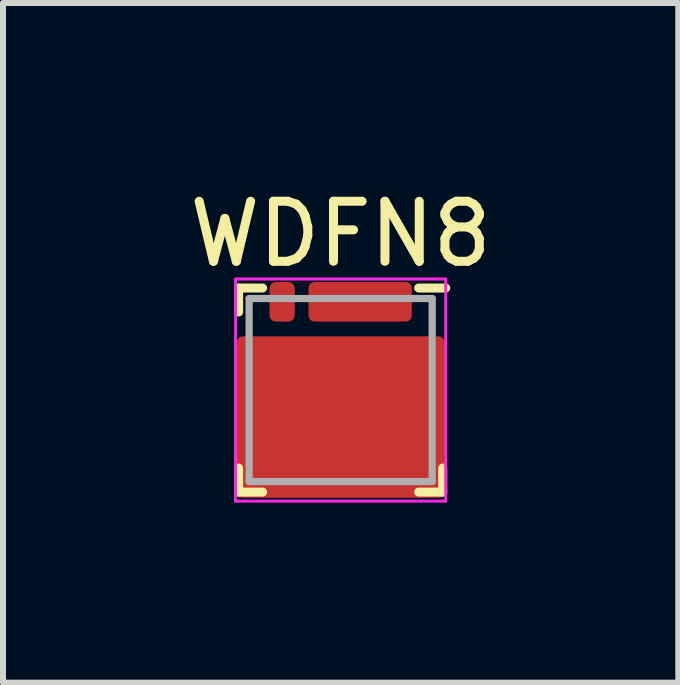
<source format=kicad_pcb>
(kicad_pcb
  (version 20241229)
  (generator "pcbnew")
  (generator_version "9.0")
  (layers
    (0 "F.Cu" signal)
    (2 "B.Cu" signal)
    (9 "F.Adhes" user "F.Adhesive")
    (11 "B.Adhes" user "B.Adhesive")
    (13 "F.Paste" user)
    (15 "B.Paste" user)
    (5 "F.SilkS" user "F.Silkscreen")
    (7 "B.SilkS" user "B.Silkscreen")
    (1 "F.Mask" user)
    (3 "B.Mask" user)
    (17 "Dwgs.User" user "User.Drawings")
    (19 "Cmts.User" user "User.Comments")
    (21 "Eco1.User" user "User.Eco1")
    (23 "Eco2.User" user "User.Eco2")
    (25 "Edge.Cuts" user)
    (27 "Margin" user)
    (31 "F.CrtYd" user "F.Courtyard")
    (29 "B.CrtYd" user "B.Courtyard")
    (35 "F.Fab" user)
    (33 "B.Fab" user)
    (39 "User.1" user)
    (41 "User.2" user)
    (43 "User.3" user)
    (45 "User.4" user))
  (footprint "WDFN8"
    (layer "F.Cu")
    (at 2.625 3.448)
    (property "Reference" "WDFN8" (at 0 -2.6 0) (layer "F.SilkS") (effects (font (size 1 1) (thickness 0.15))))
    (attr through_hole)
    (fp_line (start -1.7 -1.7) (end -1.7 -1.3) (stroke (width 0.15) (type solid)) (layer "F.SilkS"))
    (fp_line (start -1.7 1.7) (end -1.7 1.3) (stroke (width 0.15) (type solid)) (layer "F.SilkS"))
    (fp_line (start -1.7 1.7) (end -1.3 1.7) (stroke (width 0.15) (type solid)) (layer "F.SilkS"))
    (fp_line (start -1.3 -1.7) (end -1.7 -1.7) (stroke (width 0.15) (type solid)) (layer "F.SilkS"))
    (fp_line (start 1.3 -1.7) (end 1.75 -1.7) (stroke (width 0.15) (type solid)) (layer "F.SilkS"))
    (fp_line (start 1.7 1.7) (end 1.3 1.7) (stroke (width 0.15) (type solid)) (layer "F.SilkS"))
    (fp_line (start 1.7 1.7) (end 1.7 1.3) (stroke (width 0.15) (type solid)) (layer "F.SilkS"))
    (fp_line (start -1.75 -1.85) (end 1.75 -1.85) (stroke (width 0.05) (type solid)) (layer "F.CrtYd"))
    (fp_line (start -1.75 1.85) (end -1.75 -1.85) (stroke (width 0.05) (type solid)) (layer "F.CrtYd"))
    (fp_line (start 1.75 -1.85) (end 1.75 1.85) (stroke (width 0.05) (type solid)) (layer "F.CrtYd"))
    (fp_line (start 1.75 1.85) (end -1.75 1.85) (stroke (width 0.05) (type solid)) (layer "F.CrtYd"))
    (fp_line (start -1.525 -1.525) (end 1.525 -1.525) (stroke (width 0.12) (type solid)) (layer "F.Fab"))
    (fp_line (start -1.525 1.525) (end -1.525 -1.525) (stroke (width 0.12) (type solid)) (layer "F.Fab"))
    (fp_line (start 1.525 -1.525) (end 1.525 1.525) (stroke (width 0.12) (type solid)) (layer "F.Fab"))
    (fp_line (start 1.525 1.525) (end -1.525 1.525) (stroke (width 0.12) (type solid)) (layer "F.Fab"))
    (pad "" smd roundrect (at -0.975 1.47) (size 0.42 0.66) (layers "F.Mask" "F.Paste") (roundrect_rratio 0.25))
    (pad "" smd roundrect (at -0.325 -1.47) (size 0.42 0.66) (layers "F.Mask" "F.Paste") (roundrect_rratio 0.25))
    (pad "" smd roundrect (at -0.325 1.47) (size 0.42 0.66) (layers "F.Mask" "F.Paste") (roundrect_rratio 0.25))
    (pad "" smd roundrect (at 0 0) (size 3.46 0.57) (layers "F.Mask" "F.Paste") (roundrect_rratio 0.25))
    (pad "" smd roundrect (at 0 0.485) (size 2.37 1.9) (layers "F.Mask" "F.Paste") (roundrect_rratio 0.137))
    (pad "" smd roundrect (at 0.325 -1.47) (size 0.42 0.66) (layers "F.Mask" "F.Paste") (roundrect_rratio 0.25))
    (pad "" smd roundrect (at 0.325 1.47) (size 0.42 0.66) (layers "F.Mask" "F.Paste") (roundrect_rratio 0.25))
    (pad "" smd roundrect (at 0.975 -1.47) (size 0.42 0.66) (layers "F.Mask" "F.Paste") (roundrect_rratio 0.25))
    (pad "" smd roundrect (at 0.975 1.47) (size 0.42 0.66) (layers "F.Mask" "F.Paste") (roundrect_rratio 0.25))
    (pad "1-3" smd roundrect (at 0.325 -1.47) (size 1.72 0.66) (layers "F.Cu") (roundrect_rratio 0.152))
    (pad "4" smd roundrect (at -0.975 -1.47) (size 0.42 0.66) (layers "F.Cu" "F.Mask" "F.Paste") (roundrect_rratio 0.25))
    (pad "5-8" smd roundrect (at 0 0.45) (size 3.46 2.69) (layers "F.Cu") (roundrect_rratio 0.037)))
  (gr_rect
    (start -3 -3)
    (end 8.25 8.323)
    (stroke (width 0.1) (type default))
    (fill no)
    (layer "Edge.Cuts")))
</source>
